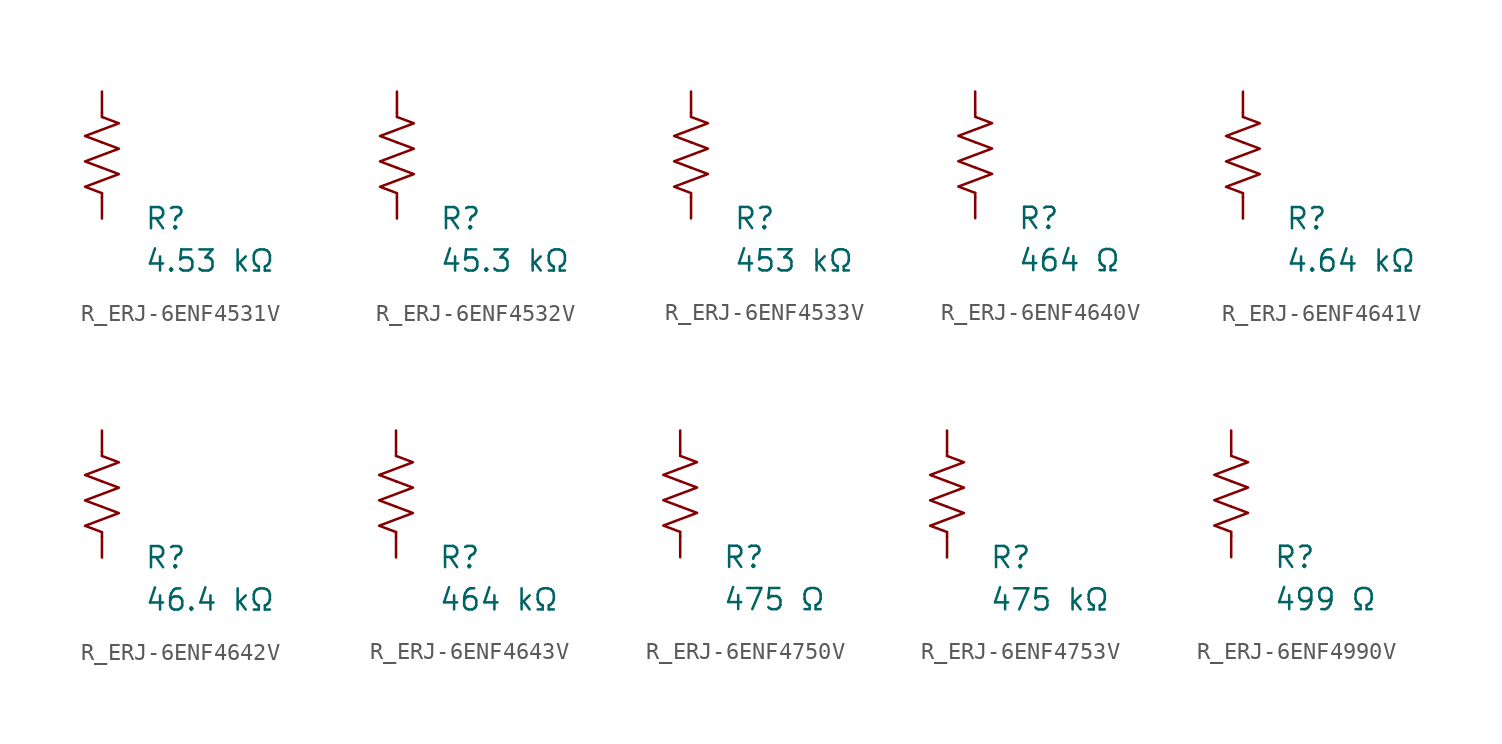
<source format=kicad_sym>
(kicad_symbol_lib
  (version 20231120)
  (generator "kicad_symbol_editor")
  (generator_version "8.0")
  (symbol "R_ERJ-6ENF4531V"
    (pin_numbers hide)
    (pin_names
      (offset 0))
    (property "Reference" "R"
      (at 2.54 -3.81 0)
      (effects (font (size 1.27 1.27)) (justify left))
      (show_name no))
    (property "Value" "4.53 kΩ"
      (at 2.54 -6.35 0)
      (effects (font (size 1.27 1.27)) (justify left))
      (show_name no))
    (symbol "R_ERJ-6ENF4531V_0_1"
      (polyline (pts (xy 0 -2.286) (xy 0 -2.54)) (stroke (width 0) (type default)) (fill (type none)))
      (polyline (pts (xy 0 2.286) (xy 0 2.54)) (stroke (width 0) (type default)) (fill (type none)))
      (polyline (pts (xy 0 -0.762) (xy 1.016 -1.143) (xy 0 -1.524) (xy -1.016 -1.905) (xy 0 -2.286)) (stroke (width 0) (type default)) (fill (type none)))
      (polyline (pts (xy 0 0.762) (xy 1.016 0.381) (xy 0 0) (xy -1.016 -0.381) (xy 0 -0.762)) (stroke (width 0) (type default)) (fill (type none)))
      (polyline (pts (xy 0 2.286) (xy 1.016 1.905) (xy 0 1.524) (xy -1.016 1.143) (xy 0 0.762)) (stroke (width 0) (type default)) (fill (type none))))
    (symbol "R_ERJ-6ENF4531V_1_1"
      (pin passive line (at 0 3.81 270) (length 1.27) (name "~" (effects (font (size 1.27 1.27)))) (number "1" (effects (font (size 1.27 1.27)))))
      (pin passive line (at 0 -3.81 90) (length 1.27) (name "~" (effects (font (size 1.27 1.27)))) (number "2" (effects (font (size 1.27 1.27)))))))
  (symbol "R_ERJ-6ENF4532V"
    (pin_numbers hide)
    (pin_names
      (offset 0))
    (property "Reference" "R"
      (at 2.54 -3.81 0)
      (effects (font (size 1.27 1.27)) (justify left))
      (show_name no))
    (property "Value" "45.3 kΩ"
      (at 2.54 -6.35 0)
      (effects (font (size 1.27 1.27)) (justify left))
      (show_name no))
    (symbol "R_ERJ-6ENF4532V_0_1"
      (polyline (pts (xy 0 -2.286) (xy 0 -2.54)) (stroke (width 0) (type default)) (fill (type none)))
      (polyline (pts (xy 0 2.286) (xy 0 2.54)) (stroke (width 0) (type default)) (fill (type none)))
      (polyline (pts (xy 0 -0.762) (xy 1.016 -1.143) (xy 0 -1.524) (xy -1.016 -1.905) (xy 0 -2.286)) (stroke (width 0) (type default)) (fill (type none)))
      (polyline (pts (xy 0 0.762) (xy 1.016 0.381) (xy 0 0) (xy -1.016 -0.381) (xy 0 -0.762)) (stroke (width 0) (type default)) (fill (type none)))
      (polyline (pts (xy 0 2.286) (xy 1.016 1.905) (xy 0 1.524) (xy -1.016 1.143) (xy 0 0.762)) (stroke (width 0) (type default)) (fill (type none))))
    (symbol "R_ERJ-6ENF4532V_1_1"
      (pin passive line (at 0 3.81 270) (length 1.27) (name "~" (effects (font (size 1.27 1.27)))) (number "1" (effects (font (size 1.27 1.27)))))
      (pin passive line (at 0 -3.81 90) (length 1.27) (name "~" (effects (font (size 1.27 1.27)))) (number "2" (effects (font (size 1.27 1.27)))))))
  (symbol "R_ERJ-6ENF4533V"
    (pin_numbers hide)
    (pin_names
      (offset 0))
    (property "Reference" "R"
      (at 2.54 -3.81 0)
      (effects (font (size 1.27 1.27)) (justify left))
      (show_name no))
    (property "Value" "453 kΩ"
      (at 2.54 -6.35 0)
      (effects (font (size 1.27 1.27)) (justify left))
      (show_name no))
    (symbol "R_ERJ-6ENF4533V_0_1"
      (polyline (pts (xy 0 -2.286) (xy 0 -2.54)) (stroke (width 0) (type default)) (fill (type none)))
      (polyline (pts (xy 0 2.286) (xy 0 2.54)) (stroke (width 0) (type default)) (fill (type none)))
      (polyline (pts (xy 0 -0.762) (xy 1.016 -1.143) (xy 0 -1.524) (xy -1.016 -1.905) (xy 0 -2.286)) (stroke (width 0) (type default)) (fill (type none)))
      (polyline (pts (xy 0 0.762) (xy 1.016 0.381) (xy 0 0) (xy -1.016 -0.381) (xy 0 -0.762)) (stroke (width 0) (type default)) (fill (type none)))
      (polyline (pts (xy 0 2.286) (xy 1.016 1.905) (xy 0 1.524) (xy -1.016 1.143) (xy 0 0.762)) (stroke (width 0) (type default)) (fill (type none))))
    (symbol "R_ERJ-6ENF4533V_1_1"
      (pin passive line (at 0 3.81 270) (length 1.27) (name "~" (effects (font (size 1.27 1.27)))) (number "1" (effects (font (size 1.27 1.27)))))
      (pin passive line (at 0 -3.81 90) (length 1.27) (name "~" (effects (font (size 1.27 1.27)))) (number "2" (effects (font (size 1.27 1.27)))))))
  (symbol "R_ERJ-6ENF4640V"
    (pin_numbers hide)
    (pin_names
      (offset 0))
    (property "Reference" "R"
      (at 2.54 -3.81 0)
      (effects (font (size 1.27 1.27)) (justify left))
      (show_name no))
    (property "Value" "464 Ω"
      (at 2.54 -6.35 0)
      (effects (font (size 1.27 1.27)) (justify left))
      (show_name no))
    (symbol "R_ERJ-6ENF4640V_0_1"
      (polyline (pts (xy 0 -2.286) (xy 0 -2.54)) (stroke (width 0) (type default)) (fill (type none)))
      (polyline (pts (xy 0 2.286) (xy 0 2.54)) (stroke (width 0) (type default)) (fill (type none)))
      (polyline (pts (xy 0 -0.762) (xy 1.016 -1.143) (xy 0 -1.524) (xy -1.016 -1.905) (xy 0 -2.286)) (stroke (width 0) (type default)) (fill (type none)))
      (polyline (pts (xy 0 0.762) (xy 1.016 0.381) (xy 0 0) (xy -1.016 -0.381) (xy 0 -0.762)) (stroke (width 0) (type default)) (fill (type none)))
      (polyline (pts (xy 0 2.286) (xy 1.016 1.905) (xy 0 1.524) (xy -1.016 1.143) (xy 0 0.762)) (stroke (width 0) (type default)) (fill (type none))))
    (symbol "R_ERJ-6ENF4640V_1_1"
      (pin passive line (at 0 3.81 270) (length 1.27) (name "~" (effects (font (size 1.27 1.27)))) (number "1" (effects (font (size 1.27 1.27)))))
      (pin passive line (at 0 -3.81 90) (length 1.27) (name "~" (effects (font (size 1.27 1.27)))) (number "2" (effects (font (size 1.27 1.27)))))))
  (symbol "R_ERJ-6ENF4641V"
    (pin_numbers hide)
    (pin_names
      (offset 0))
    (property "Reference" "R"
      (at 2.54 -3.81 0)
      (effects (font (size 1.27 1.27)) (justify left))
      (show_name no))
    (property "Value" "4.64 kΩ"
      (at 2.54 -6.35 0)
      (effects (font (size 1.27 1.27)) (justify left))
      (show_name no))
    (symbol "R_ERJ-6ENF4641V_0_1"
      (polyline (pts (xy 0 -2.286) (xy 0 -2.54)) (stroke (width 0) (type default)) (fill (type none)))
      (polyline (pts (xy 0 2.286) (xy 0 2.54)) (stroke (width 0) (type default)) (fill (type none)))
      (polyline (pts (xy 0 -0.762) (xy 1.016 -1.143) (xy 0 -1.524) (xy -1.016 -1.905) (xy 0 -2.286)) (stroke (width 0) (type default)) (fill (type none)))
      (polyline (pts (xy 0 0.762) (xy 1.016 0.381) (xy 0 0) (xy -1.016 -0.381) (xy 0 -0.762)) (stroke (width 0) (type default)) (fill (type none)))
      (polyline (pts (xy 0 2.286) (xy 1.016 1.905) (xy 0 1.524) (xy -1.016 1.143) (xy 0 0.762)) (stroke (width 0) (type default)) (fill (type none))))
    (symbol "R_ERJ-6ENF4641V_1_1"
      (pin passive line (at 0 3.81 270) (length 1.27) (name "~" (effects (font (size 1.27 1.27)))) (number "1" (effects (font (size 1.27 1.27)))))
      (pin passive line (at 0 -3.81 90) (length 1.27) (name "~" (effects (font (size 1.27 1.27)))) (number "2" (effects (font (size 1.27 1.27)))))))
  (symbol "R_ERJ-6ENF4642V"
    (pin_numbers hide)
    (pin_names
      (offset 0))
    (property "Reference" "R"
      (at 2.54 -3.81 0)
      (effects (font (size 1.27 1.27)) (justify left))
      (show_name no))
    (property "Value" "46.4 kΩ"
      (at 2.54 -6.35 0)
      (effects (font (size 1.27 1.27)) (justify left))
      (show_name no))
    (symbol "R_ERJ-6ENF4642V_0_1"
      (polyline (pts (xy 0 -2.286) (xy 0 -2.54)) (stroke (width 0) (type default)) (fill (type none)))
      (polyline (pts (xy 0 2.286) (xy 0 2.54)) (stroke (width 0) (type default)) (fill (type none)))
      (polyline (pts (xy 0 -0.762) (xy 1.016 -1.143) (xy 0 -1.524) (xy -1.016 -1.905) (xy 0 -2.286)) (stroke (width 0) (type default)) (fill (type none)))
      (polyline (pts (xy 0 0.762) (xy 1.016 0.381) (xy 0 0) (xy -1.016 -0.381) (xy 0 -0.762)) (stroke (width 0) (type default)) (fill (type none)))
      (polyline (pts (xy 0 2.286) (xy 1.016 1.905) (xy 0 1.524) (xy -1.016 1.143) (xy 0 0.762)) (stroke (width 0) (type default)) (fill (type none))))
    (symbol "R_ERJ-6ENF4642V_1_1"
      (pin passive line (at 0 3.81 270) (length 1.27) (name "~" (effects (font (size 1.27 1.27)))) (number "1" (effects (font (size 1.27 1.27)))))
      (pin passive line (at 0 -3.81 90) (length 1.27) (name "~" (effects (font (size 1.27 1.27)))) (number "2" (effects (font (size 1.27 1.27)))))))
  (symbol "R_ERJ-6ENF4643V"
    (pin_numbers hide)
    (pin_names
      (offset 0))
    (property "Reference" "R"
      (at 2.54 -3.81 0)
      (effects (font (size 1.27 1.27)) (justify left))
      (show_name no))
    (property "Value" "464 kΩ"
      (at 2.54 -6.35 0)
      (effects (font (size 1.27 1.27)) (justify left))
      (show_name no))
    (symbol "R_ERJ-6ENF4643V_0_1"
      (polyline (pts (xy 0 -2.286) (xy 0 -2.54)) (stroke (width 0) (type default)) (fill (type none)))
      (polyline (pts (xy 0 2.286) (xy 0 2.54)) (stroke (width 0) (type default)) (fill (type none)))
      (polyline (pts (xy 0 -0.762) (xy 1.016 -1.143) (xy 0 -1.524) (xy -1.016 -1.905) (xy 0 -2.286)) (stroke (width 0) (type default)) (fill (type none)))
      (polyline (pts (xy 0 0.762) (xy 1.016 0.381) (xy 0 0) (xy -1.016 -0.381) (xy 0 -0.762)) (stroke (width 0) (type default)) (fill (type none)))
      (polyline (pts (xy 0 2.286) (xy 1.016 1.905) (xy 0 1.524) (xy -1.016 1.143) (xy 0 0.762)) (stroke (width 0) (type default)) (fill (type none))))
    (symbol "R_ERJ-6ENF4643V_1_1"
      (pin passive line (at 0 3.81 270) (length 1.27) (name "~" (effects (font (size 1.27 1.27)))) (number "1" (effects (font (size 1.27 1.27)))))
      (pin passive line (at 0 -3.81 90) (length 1.27) (name "~" (effects (font (size 1.27 1.27)))) (number "2" (effects (font (size 1.27 1.27)))))))
  (symbol "R_ERJ-6ENF4750V"
    (pin_numbers hide)
    (pin_names
      (offset 0))
    (property "Reference" "R"
      (at 2.54 -3.81 0)
      (effects (font (size 1.27 1.27)) (justify left))
      (show_name no))
    (property "Value" "475 Ω"
      (at 2.54 -6.35 0)
      (effects (font (size 1.27 1.27)) (justify left))
      (show_name no))
    (symbol "R_ERJ-6ENF4750V_0_1"
      (polyline (pts (xy 0 -2.286) (xy 0 -2.54)) (stroke (width 0) (type default)) (fill (type none)))
      (polyline (pts (xy 0 2.286) (xy 0 2.54)) (stroke (width 0) (type default)) (fill (type none)))
      (polyline (pts (xy 0 -0.762) (xy 1.016 -1.143) (xy 0 -1.524) (xy -1.016 -1.905) (xy 0 -2.286)) (stroke (width 0) (type default)) (fill (type none)))
      (polyline (pts (xy 0 0.762) (xy 1.016 0.381) (xy 0 0) (xy -1.016 -0.381) (xy 0 -0.762)) (stroke (width 0) (type default)) (fill (type none)))
      (polyline (pts (xy 0 2.286) (xy 1.016 1.905) (xy 0 1.524) (xy -1.016 1.143) (xy 0 0.762)) (stroke (width 0) (type default)) (fill (type none))))
    (symbol "R_ERJ-6ENF4750V_1_1"
      (pin passive line (at 0 3.81 270) (length 1.27) (name "~" (effects (font (size 1.27 1.27)))) (number "1" (effects (font (size 1.27 1.27)))))
      (pin passive line (at 0 -3.81 90) (length 1.27) (name "~" (effects (font (size 1.27 1.27)))) (number "2" (effects (font (size 1.27 1.27)))))))
  (symbol "R_ERJ-6ENF4753V"
    (pin_numbers hide)
    (pin_names
      (offset 0))
    (property "Reference" "R"
      (at 2.54 -3.81 0)
      (effects (font (size 1.27 1.27)) (justify left))
      (show_name no))
    (property "Value" "475 kΩ"
      (at 2.54 -6.35 0)
      (effects (font (size 1.27 1.27)) (justify left))
      (show_name no))
    (symbol "R_ERJ-6ENF4753V_0_1"
      (polyline (pts (xy 0 -2.286) (xy 0 -2.54)) (stroke (width 0) (type default)) (fill (type none)))
      (polyline (pts (xy 0 2.286) (xy 0 2.54)) (stroke (width 0) (type default)) (fill (type none)))
      (polyline (pts (xy 0 -0.762) (xy 1.016 -1.143) (xy 0 -1.524) (xy -1.016 -1.905) (xy 0 -2.286)) (stroke (width 0) (type default)) (fill (type none)))
      (polyline (pts (xy 0 0.762) (xy 1.016 0.381) (xy 0 0) (xy -1.016 -0.381) (xy 0 -0.762)) (stroke (width 0) (type default)) (fill (type none)))
      (polyline (pts (xy 0 2.286) (xy 1.016 1.905) (xy 0 1.524) (xy -1.016 1.143) (xy 0 0.762)) (stroke (width 0) (type default)) (fill (type none))))
    (symbol "R_ERJ-6ENF4753V_1_1"
      (pin passive line (at 0 3.81 270) (length 1.27) (name "~" (effects (font (size 1.27 1.27)))) (number "1" (effects (font (size 1.27 1.27)))))
      (pin passive line (at 0 -3.81 90) (length 1.27) (name "~" (effects (font (size 1.27 1.27)))) (number "2" (effects (font (size 1.27 1.27)))))))
  (symbol "R_ERJ-6ENF4990V"
    (pin_numbers hide)
    (pin_names
      (offset 0))
    (property "Reference" "R"
      (at 2.54 -3.81 0)
      (effects (font (size 1.27 1.27)) (justify left))
      (show_name no))
    (property "Value" "499 Ω"
      (at 2.54 -6.35 0)
      (effects (font (size 1.27 1.27)) (justify left))
      (show_name no))
    (symbol "R_ERJ-6ENF4990V_0_1"
      (polyline (pts (xy 0 -2.286) (xy 0 -2.54)) (stroke (width 0) (type default)) (fill (type none)))
      (polyline (pts (xy 0 2.286) (xy 0 2.54)) (stroke (width 0) (type default)) (fill (type none)))
      (polyline (pts (xy 0 -0.762) (xy 1.016 -1.143) (xy 0 -1.524) (xy -1.016 -1.905) (xy 0 -2.286)) (stroke (width 0) (type default)) (fill (type none)))
      (polyline (pts (xy 0 0.762) (xy 1.016 0.381) (xy 0 0) (xy -1.016 -0.381) (xy 0 -0.762)) (stroke (width 0) (type default)) (fill (type none)))
      (polyline (pts (xy 0 2.286) (xy 1.016 1.905) (xy 0 1.524) (xy -1.016 1.143) (xy 0 0.762)) (stroke (width 0) (type default)) (fill (type none))))
    (symbol "R_ERJ-6ENF4990V_1_1"
      (pin passive line (at 0 3.81 270) (length 1.27) (name "~" (effects (font (size 1.27 1.27)))) (number "1" (effects (font (size 1.27 1.27)))))
      (pin passive line (at 0 -3.81 90) (length 1.27) (name "~" (effects (font (size 1.27 1.27)))) (number "2" (effects (font (size 1.27 1.27))))))))
</source>
